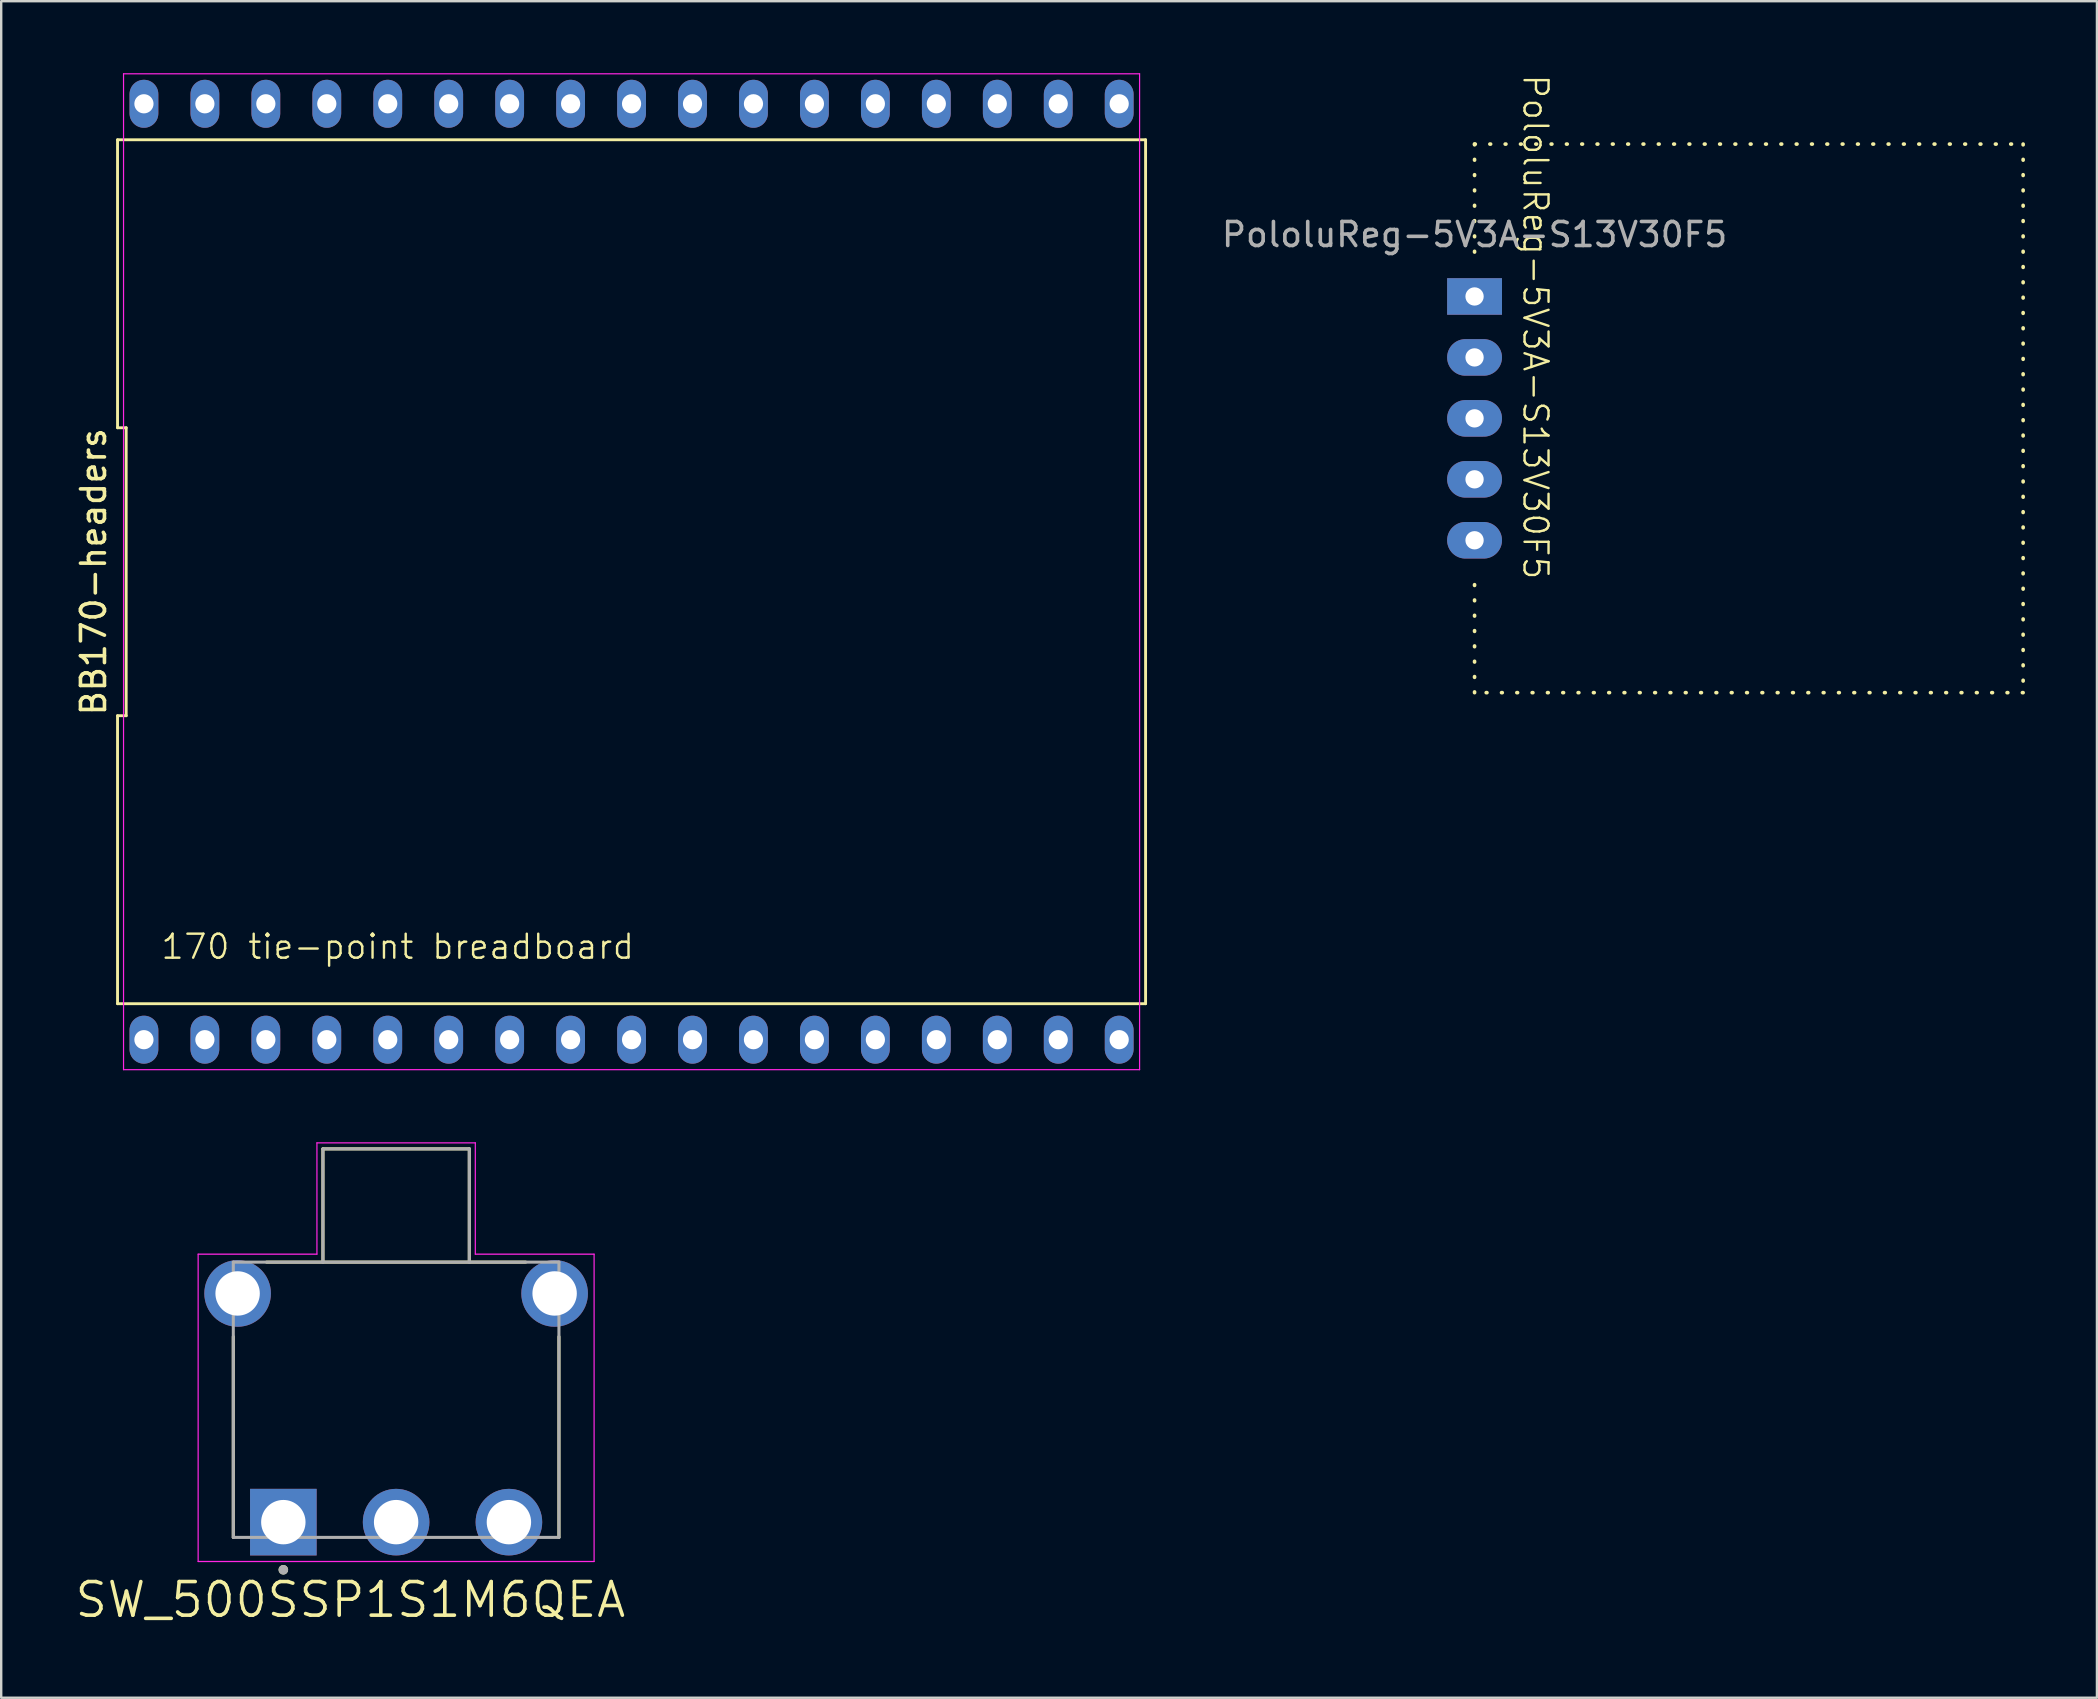
<source format=kicad_pcb>
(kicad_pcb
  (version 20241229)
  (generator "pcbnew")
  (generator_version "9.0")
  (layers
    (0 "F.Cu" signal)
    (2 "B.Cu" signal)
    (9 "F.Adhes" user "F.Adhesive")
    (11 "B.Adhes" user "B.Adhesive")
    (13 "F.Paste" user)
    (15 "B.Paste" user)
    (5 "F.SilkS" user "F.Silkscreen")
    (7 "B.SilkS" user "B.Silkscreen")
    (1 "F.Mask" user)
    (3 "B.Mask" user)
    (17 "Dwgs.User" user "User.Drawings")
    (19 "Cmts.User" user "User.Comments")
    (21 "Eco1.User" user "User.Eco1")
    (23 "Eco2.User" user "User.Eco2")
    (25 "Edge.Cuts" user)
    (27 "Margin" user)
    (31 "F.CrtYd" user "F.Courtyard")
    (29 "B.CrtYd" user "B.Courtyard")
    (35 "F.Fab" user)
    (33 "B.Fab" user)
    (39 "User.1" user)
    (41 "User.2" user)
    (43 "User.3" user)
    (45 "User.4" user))
  (footprint "BB170-headers"
    (layer "F.Cu")
    (at 23.268 20.775)
    (property "Reference" "BB170-headers" (at -22.42 0 90) (layer "F.SilkS") (effects (font (size 1 1) (thickness 0.15))))
    (fp_line (start -21.42 -18) (end -21.42 -6) (stroke (width 0.12) (type default)) (layer "F.SilkS"))
    (fp_line (start -21.42 -6) (end -21.06 -6) (stroke (width 0.12) (type default)) (layer "F.SilkS"))
    (fp_line (start -21.42 6) (end -21.42 18) (stroke (width 0.12) (type default)) (layer "F.SilkS"))
    (fp_line (start -21.42 18) (end 21.42 18) (stroke (width 0.12) (type default)) (layer "F.SilkS"))
    (fp_line (start -21.06 -6) (end -21.06 6) (stroke (width 0.12) (type default)) (layer "F.SilkS"))
    (fp_line (start -21.06 6) (end -21.42 6) (stroke (width 0.12) (type default)) (layer "F.SilkS"))
    (fp_line (start 21.42 -18) (end -21.42 -18) (stroke (width 0.12) (type default)) (layer "F.SilkS"))
    (fp_line (start 21.42 18) (end 21.42 -18) (stroke (width 0.12) (type default)) (layer "F.SilkS"))
    (fp_line (start -21.17 -20.75) (end 21.17 -20.75) (stroke (width 0.05) (type default)) (layer "F.CrtYd"))
    (fp_line (start -21.17 20.75) (end -21.17 -20.75) (stroke (width 0.05) (type default)) (layer "F.CrtYd"))
    (fp_line (start 21.17 -20.75) (end 21.17 20.75) (stroke (width 0.05) (type default)) (layer "F.CrtYd"))
    (fp_line (start 21.17 20.75) (end -21.17 20.75) (stroke (width 0.05) (type default)) (layer "F.CrtYd"))
    (fp_text user "170 tie-point breadboard" (at -19.669 16.211 0) (unlocked yes) (layer "F.SilkS") (effects (font (size 1 1) (thickness 0.1)) (justify left bottom)))
    (pad "1" thru_hole oval (at -20.32 19.5) (size 1.2 2) (drill 0.8) (layers "*.Cu" "*.Mask"))
    (pad "2" thru_hole oval (at -17.78 19.5) (size 1.2 2) (drill 0.8) (layers "*.Cu" "*.Mask"))
    (pad "3" thru_hole oval (at -15.24 19.5) (size 1.2 2) (drill 0.8) (layers "*.Cu" "*.Mask"))
    (pad "4" thru_hole oval (at -12.7 19.5) (size 1.2 2) (drill 0.8) (layers "*.Cu" "*.Mask"))
    (pad "5" thru_hole oval (at -10.16 19.5) (size 1.2 2) (drill 0.8) (layers "*.Cu" "*.Mask"))
    (pad "6" thru_hole oval (at -7.62 19.5) (size 1.2 2) (drill 0.8) (layers "*.Cu" "*.Mask"))
    (pad "7" thru_hole oval (at -5.08 19.5) (size 1.2 2) (drill 0.8) (layers "*.Cu" "*.Mask"))
    (pad "8" thru_hole oval (at -2.54 19.5) (size 1.2 2) (drill 0.8) (layers "*.Cu" "*.Mask"))
    (pad "9" thru_hole oval (at 0 19.5) (size 1.2 2) (drill 0.8) (layers "*.Cu" "*.Mask"))
    (pad "10" thru_hole oval (at 2.54 19.5) (size 1.2 2) (drill 0.8) (layers "*.Cu" "*.Mask"))
    (pad "11" thru_hole oval (at 5.08 19.5) (size 1.2 2) (drill 0.8) (layers "*.Cu" "*.Mask"))
    (pad "12" thru_hole oval (at 7.62 19.5) (size 1.2 2) (drill 0.8) (layers "*.Cu" "*.Mask"))
    (pad "13" thru_hole oval (at 10.16 19.5) (size 1.2 2) (drill 0.8) (layers "*.Cu" "*.Mask"))
    (pad "14" thru_hole oval (at 12.7 19.5) (size 1.2 2) (drill 0.8) (layers "*.Cu" "*.Mask"))
    (pad "15" thru_hole oval (at 15.24 19.5) (size 1.2 2) (drill 0.8) (layers "*.Cu" "*.Mask"))
    (pad "16" thru_hole oval (at 17.78 19.5) (size 1.2 2) (drill 0.8) (layers "*.Cu" "*.Mask"))
    (pad "17" thru_hole oval (at 20.32 19.5) (size 1.2 2) (drill 0.8) (layers "*.Cu" "*.Mask"))
    (pad "18" thru_hole oval (at 20.32 -19.5) (size 1.2 2) (drill 0.8) (layers "*.Cu" "*.Mask"))
    (pad "19" thru_hole oval (at 17.78 -19.5) (size 1.2 2) (drill 0.8) (layers "*.Cu" "*.Mask"))
    (pad "20" thru_hole oval (at 15.24 -19.5) (size 1.2 2) (drill 0.8) (layers "*.Cu" "*.Mask"))
    (pad "21" thru_hole oval (at 12.7 -19.5) (size 1.2 2) (drill 0.8) (layers "*.Cu" "*.Mask"))
    (pad "22" thru_hole oval (at 10.16 -19.5) (size 1.2 2) (drill 0.8) (layers "*.Cu" "*.Mask"))
    (pad "23" thru_hole oval (at 7.62 -19.5) (size 1.2 2) (drill 0.8) (layers "*.Cu" "*.Mask"))
    (pad "24" thru_hole oval (at 5.08 -19.5) (size 1.2 2) (drill 0.8) (layers "*.Cu" "*.Mask"))
    (pad "25" thru_hole oval (at 2.54 -19.5) (size 1.2 2) (drill 0.8) (layers "*.Cu" "*.Mask"))
    (pad "26" thru_hole oval (at 0 -19.5) (size 1.2 2) (drill 0.8) (layers "*.Cu" "*.Mask"))
    (pad "27" thru_hole oval (at -2.54 -19.5) (size 1.2 2) (drill 0.8) (layers "*.Cu" "*.Mask"))
    (pad "28" thru_hole oval (at -5.08 -19.5) (size 1.2 2) (drill 0.8) (layers "*.Cu" "*.Mask"))
    (pad "29" thru_hole oval (at -7.62 -19.5) (size 1.2 2) (drill 0.8) (layers "*.Cu" "*.Mask"))
    (pad "30" thru_hole oval (at -10.16 -19.5) (size 1.2 2) (drill 0.8) (layers "*.Cu" "*.Mask"))
    (pad "31" thru_hole oval (at -12.7 -19.5) (size 1.2 2) (drill 0.8) (layers "*.Cu" "*.Mask"))
    (pad "32" thru_hole oval (at -15.24 -19.5) (size 1.2 2) (drill 0.8) (layers "*.Cu" "*.Mask"))
    (pad "33" thru_hole oval (at -17.78 -19.5) (size 1.2 2) (drill 0.8) (layers "*.Cu" "*.Mask"))
    (pad "34" thru_hole oval (at -20.32 -19.5) (size 1.2 2) (drill 0.8) (layers "*.Cu" "*.Mask")))
  (footprint "PololuReg-5V3A-S13V30F5"
    (layer "F.Cu")
    (at 58.397 9.304)
    (property "Reference" "PololuReg-5V3A-S13V30F5" (at 2.54 1.27 270) (unlocked yes) (layer "F.SilkS") (effects (font (size 1 1) (thickness 0.1))))
    (attr through_hole)
    (fp_line (start 0 -6.35) (end 0 -1.27) (stroke (width 0.152) (type dot)) (layer "F.SilkS"))
    (fp_line (start 0 -6.35) (end 22.86 -6.35) (stroke (width 0.152) (type dot)) (layer "F.SilkS"))
    (fp_line (start 0 16.51) (end 0 11.43) (stroke (width 0.152) (type dot)) (layer "F.SilkS"))
    (fp_line (start 22.86 -6.35) (end 22.86 16.51) (stroke (width 0.152) (type dot)) (layer "F.SilkS"))
    (fp_line (start 22.86 16.51) (end 0 16.51) (stroke (width 0.152) (type dot)) (layer "F.SilkS"))
    (fp_text user "${REFERENCE}" (at 0 -2.58 0) (unlocked yes) (layer "F.Fab") (effects (font (size 1 1) (thickness 0.15))))
    (pad "1" thru_hole rect (at 0 0) (size 2.286 1.524) (drill 0.762) (layers "*.Cu" "*.Mask"))
    (pad "2" thru_hole oval (at 0 2.54) (size 2.286 1.524) (drill 0.762) (layers "*.Cu" "*.Mask"))
    (pad "3" thru_hole oval (at 0 5.08) (size 2.286 1.524) (drill 0.762) (layers "*.Cu" "*.Mask"))
    (pad "4" thru_hole oval (at 0 7.62) (size 2.286 1.524) (drill 0.762) (layers "*.Cu" "*.Mask"))
    (pad "5" thru_hole oval (at 0 10.16) (size 2.286 1.524) (drill 0.762) (layers "*.Cu" "*.Mask")))
  (footprint "SW_500SSP1S1M6QEA"
    (layer "F.Cu")
    (at 13.457 55.615)
    (property "Reference" "SW_500SSP1S1M6QEA" (at -1.905 8.001 0) (layer "F.SilkS") (effects (font (size 1.4 1.4) (thickness 0.15))))
    (attr through_hole)
    (fp_line (start -6.785 -2.964) (end -6.785 5.4) (stroke (width 0.127) (type solid)) (layer "F.SilkS"))
    (fp_line (start -5.4 -6.07) (end 5.4 -6.07) (stroke (width 0.127) (type solid)) (layer "F.SilkS"))
    (fp_line (start -3.05 -10.79) (end 3.05 -10.79) (stroke (width 0.127) (type solid)) (layer "F.SilkS"))
    (fp_line (start -3.05 -6.075) (end -3.05 -10.79) (stroke (width 0.127) (type solid)) (layer "F.SilkS"))
    (fp_line (start 3.05 -10.79) (end 3.05 -6.075) (stroke (width 0.127) (type solid)) (layer "F.SilkS"))
    (fp_line (start 6.785 -2.964) (end 6.785 5.4) (stroke (width 0.127) (type solid)) (layer "F.SilkS"))
    (fp_circle (center -4.7 6.75) (end -4.6 6.75) (stroke (width 0.2) (type solid)) (fill no) (layer "F.SilkS"))
    (fp_line (start -8.25 -6.402) (end -8.25 6.405) (stroke (width 0.05) (type solid)) (layer "F.CrtYd"))
    (fp_line (start -8.25 6.405) (end 8.25 6.405) (stroke (width 0.05) (type solid)) (layer "F.CrtYd"))
    (fp_line (start -3.3 -11.04) (end -3.3 -6.402) (stroke (width 0.05) (type solid)) (layer "F.CrtYd"))
    (fp_line (start -3.3 -6.402) (end -8.25 -6.402) (stroke (width 0.05) (type solid)) (layer "F.CrtYd"))
    (fp_line (start 3.3 -11.04) (end -3.3 -11.04) (stroke (width 0.05) (type solid)) (layer "F.CrtYd"))
    (fp_line (start 3.3 -6.402) (end 3.3 -11.04) (stroke (width 0.05) (type solid)) (layer "F.CrtYd"))
    (fp_line (start 8.25 -6.402) (end 3.3 -6.402) (stroke (width 0.05) (type solid)) (layer "F.CrtYd"))
    (fp_line (start 8.25 6.405) (end 8.25 -6.402) (stroke (width 0.05) (type solid)) (layer "F.CrtYd"))
    (fp_line (start -6.785 -6.07) (end -6.785 5.4) (stroke (width 0.127) (type solid)) (layer "F.Fab"))
    (fp_line (start -6.785 5.4) (end 6.785 5.4) (stroke (width 0.127) (type solid)) (layer "F.Fab"))
    (fp_line (start -3.05 -10.79) (end 3.05 -10.79) (stroke (width 0.127) (type solid)) (layer "F.Fab"))
    (fp_line (start -3.05 -6.07) (end -6.785 -6.07) (stroke (width 0.127) (type solid)) (layer "F.Fab"))
    (fp_line (start -3.05 -6.07) (end -3.05 -10.79) (stroke (width 0.127) (type solid)) (layer "F.Fab"))
    (fp_line (start 3.05 -10.79) (end 3.05 -6.07) (stroke (width 0.127) (type solid)) (layer "F.Fab"))
    (fp_line (start 3.05 -6.07) (end -3.05 -6.07) (stroke (width 0.127) (type solid)) (layer "F.Fab"))
    (fp_line (start 6.785 -6.07) (end 3.05 -6.07) (stroke (width 0.127) (type solid)) (layer "F.Fab"))
    (fp_line (start 6.785 5.4) (end 6.785 -6.07) (stroke (width 0.127) (type solid)) (layer "F.Fab"))
    (fp_circle (center -4.7 6.75) (end -4.6 6.75) (stroke (width 0.2) (type solid)) (fill no) (layer "F.Fab"))
    (pad "1" thru_hole rect (at -4.7 4.765) (size 2.775 2.775) (drill 1.85) (layers "*.Cu" "*.Mask"))
    (pad "2" thru_hole circle (at 0 4.765) (size 2.775 2.775) (drill 1.85) (layers "*.Cu" "*.Mask"))
    (pad "3" thru_hole circle (at 4.7 4.765) (size 2.775 2.775) (drill 1.85) (layers "*.Cu" "*.Mask"))
    (pad "S1" thru_hole circle (at -6.605 -4.765) (size 2.775 2.775) (drill 1.85) (layers "*.Cu" "*.Mask"))
    (pad "S2" thru_hole circle (at 6.605 -4.765) (size 2.775 2.775) (drill 1.85) (layers "*.Cu" "*.Mask")))
  (gr_rect
    (start -3 -3)
    (end 84.333 67.698)
    (stroke (width 0.1) (type default))
    (fill no)
    (layer "Edge.Cuts")))
</source>
